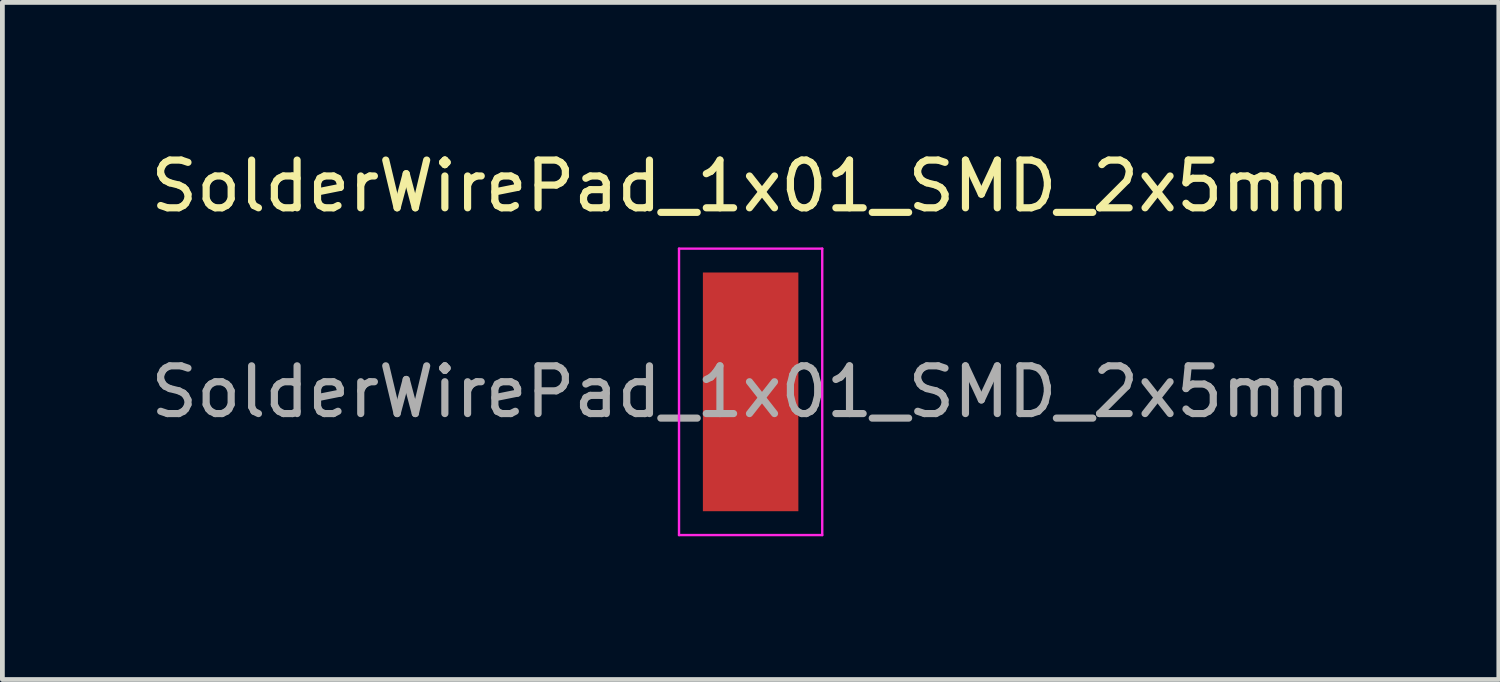
<source format=kicad_pcb>
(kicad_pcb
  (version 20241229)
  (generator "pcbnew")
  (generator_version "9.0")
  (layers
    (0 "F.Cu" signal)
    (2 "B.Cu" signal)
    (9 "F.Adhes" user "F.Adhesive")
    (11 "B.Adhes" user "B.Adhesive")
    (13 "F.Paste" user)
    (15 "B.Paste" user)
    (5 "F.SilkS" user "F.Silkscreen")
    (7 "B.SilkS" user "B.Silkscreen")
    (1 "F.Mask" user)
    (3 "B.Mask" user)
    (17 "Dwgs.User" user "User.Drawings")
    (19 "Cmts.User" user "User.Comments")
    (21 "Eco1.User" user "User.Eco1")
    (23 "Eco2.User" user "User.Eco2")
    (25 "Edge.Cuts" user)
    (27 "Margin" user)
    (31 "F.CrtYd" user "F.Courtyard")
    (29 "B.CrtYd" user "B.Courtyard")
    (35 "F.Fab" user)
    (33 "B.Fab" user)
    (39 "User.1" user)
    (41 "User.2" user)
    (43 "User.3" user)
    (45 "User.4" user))
  (footprint "SolderWirePad_1x01_SMD_2x5mm"
    (layer "F.Cu")
    (at 12.673 5.158)
    (property "Reference" "SolderWirePad_1x01_SMD_2x5mm" (at 0 -4.31 0) (layer "F.SilkS") (effects (font (size 1 1) (thickness 0.15))))
    (attr smd exclude_from_pos_files exclude_from_bom)
    (fp_line (start -1.5 -3) (end -1.5 3) (stroke (width 0.05) (type solid)) (layer "F.CrtYd"))
    (fp_line (start -1.5 3) (end 1.5 3) (stroke (width 0.05) (type solid)) (layer "F.CrtYd"))
    (fp_line (start 1.5 -3) (end -1.5 -3) (stroke (width 0.05) (type solid)) (layer "F.CrtYd"))
    (fp_line (start 1.5 3) (end 1.5 -3) (stroke (width 0.05) (type solid)) (layer "F.CrtYd"))
    (fp_text user "${REFERENCE}" (at 0 0 0) (layer "F.Fab") (effects (font (size 1 1) (thickness 0.15))))
    (pad "1" smd rect (at 0 0) (size 2 5) (layers "F.Cu" "F.Mask" "F.Paste")))
  (gr_rect
    (start -3 -3)
    (end 28.345 11.183)
    (stroke (width 0.1) (type default))
    (fill no)
    (layer "Edge.Cuts")))
</source>
